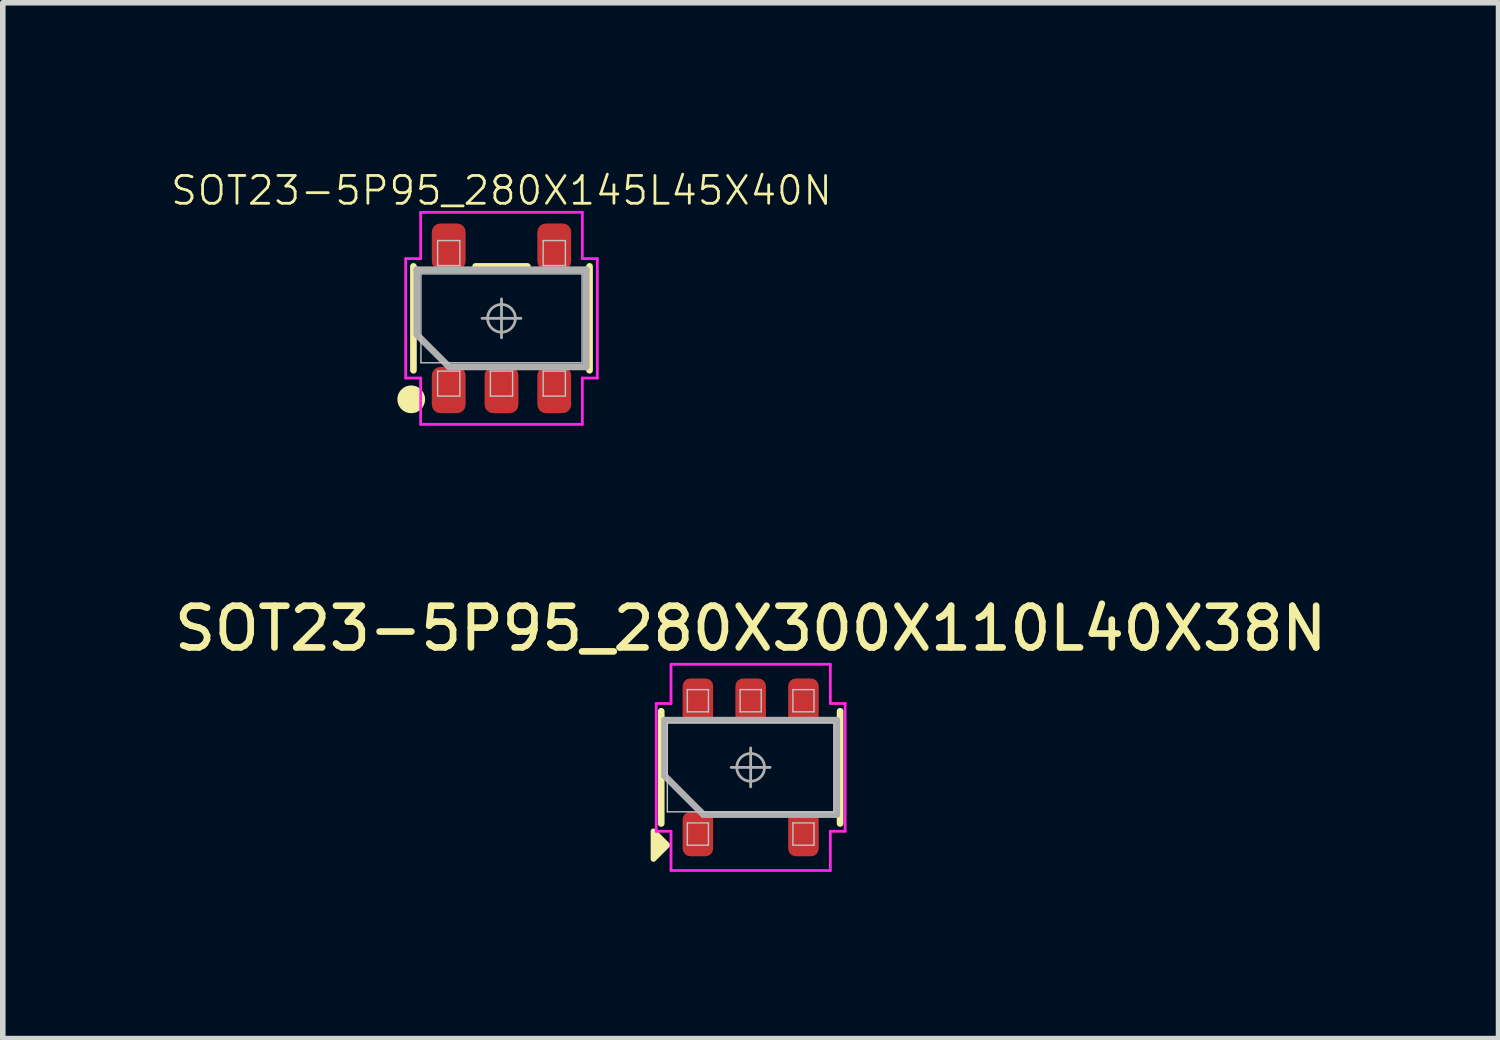
<source format=kicad_pcb>
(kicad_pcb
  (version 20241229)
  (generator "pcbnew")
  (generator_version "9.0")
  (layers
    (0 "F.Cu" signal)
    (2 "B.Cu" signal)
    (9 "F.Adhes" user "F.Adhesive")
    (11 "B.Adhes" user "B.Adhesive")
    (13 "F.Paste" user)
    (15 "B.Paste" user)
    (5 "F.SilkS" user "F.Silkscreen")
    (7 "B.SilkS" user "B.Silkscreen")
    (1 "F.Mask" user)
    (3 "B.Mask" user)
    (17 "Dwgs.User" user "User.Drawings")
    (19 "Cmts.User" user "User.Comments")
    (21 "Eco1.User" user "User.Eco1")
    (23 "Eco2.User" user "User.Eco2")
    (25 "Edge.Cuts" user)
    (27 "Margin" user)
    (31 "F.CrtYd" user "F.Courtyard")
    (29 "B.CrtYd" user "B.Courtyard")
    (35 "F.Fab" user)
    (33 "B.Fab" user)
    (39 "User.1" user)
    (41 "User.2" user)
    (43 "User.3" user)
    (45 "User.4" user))
  (footprint "SOT23-5P95_280X300X110L40X38N"
    (layer "F.Cu")
    (at 10.462 10.763)
    (property "Reference" "SOT23-5P95_280X300X110L40X38N" (at 0 -2.5 0) (layer "F.SilkS") (effects (font (size 0.75 0.75) (thickness 0.12))))
    (attr smd)
    (fp_line (start -1.61 1.01) (end -1.61 -1.01) (stroke (width 0.12) (type solid)) (layer "F.SilkS"))
    (fp_line (start 1.61 -1.01) (end 1.61 1.01) (stroke (width 0.12) (type solid)) (layer "F.SilkS"))
    (fp_poly (pts (xy -1.5 1.4) (xy -1.75 1.65) (xy -1.75 1.15)) (stroke (width 0.1) (type solid)) (fill yes) (layer "F.SilkS"))
    (fp_line (start -1.5 -0.8) (end 1.5 -0.8) (stroke (width 0.025) (type solid)) (layer "Dwgs.User"))
    (fp_line (start -1.5 0.8) (end -1.5 -0.8) (stroke (width 0.025) (type solid)) (layer "Dwgs.User"))
    (fp_line (start -1.14 -1.4) (end -0.76 -1.4) (stroke (width 0.025) (type solid)) (layer "Dwgs.User"))
    (fp_line (start -1.14 -1) (end -1.14 -1.4) (stroke (width 0.025) (type solid)) (layer "Dwgs.User"))
    (fp_line (start -1.14 1) (end -0.76 1) (stroke (width 0.025) (type solid)) (layer "Dwgs.User"))
    (fp_line (start -1.14 1.4) (end -1.14 1) (stroke (width 0.025) (type solid)) (layer "Dwgs.User"))
    (fp_line (start -0.76 -1.4) (end -0.76 -1) (stroke (width 0.025) (type solid)) (layer "Dwgs.User"))
    (fp_line (start -0.76 -1) (end -1.14 -1) (stroke (width 0.025) (type solid)) (layer "Dwgs.User"))
    (fp_line (start -0.76 1) (end -0.76 1.4) (stroke (width 0.025) (type solid)) (layer "Dwgs.User"))
    (fp_line (start -0.76 1.4) (end -1.14 1.4) (stroke (width 0.025) (type solid)) (layer "Dwgs.User"))
    (fp_line (start -0.19 -1.4) (end 0.19 -1.4) (stroke (width 0.025) (type solid)) (layer "Dwgs.User"))
    (fp_line (start -0.19 -1) (end -0.19 -1.4) (stroke (width 0.025) (type solid)) (layer "Dwgs.User"))
    (fp_line (start 0.19 -1.4) (end 0.19 -1) (stroke (width 0.025) (type solid)) (layer "Dwgs.User"))
    (fp_line (start 0.19 -1) (end -0.19 -1) (stroke (width 0.025) (type solid)) (layer "Dwgs.User"))
    (fp_line (start 0.76 -1.4) (end 1.14 -1.4) (stroke (width 0.025) (type solid)) (layer "Dwgs.User"))
    (fp_line (start 0.76 -1) (end 0.76 -1.4) (stroke (width 0.025) (type solid)) (layer "Dwgs.User"))
    (fp_line (start 0.76 1) (end 1.14 1) (stroke (width 0.025) (type solid)) (layer "Dwgs.User"))
    (fp_line (start 0.76 1.4) (end 0.76 1) (stroke (width 0.025) (type solid)) (layer "Dwgs.User"))
    (fp_line (start 1.14 -1.4) (end 1.14 -1) (stroke (width 0.025) (type solid)) (layer "Dwgs.User"))
    (fp_line (start 1.14 -1) (end 0.76 -1) (stroke (width 0.025) (type solid)) (layer "Dwgs.User"))
    (fp_line (start 1.14 1) (end 1.14 1.4) (stroke (width 0.025) (type solid)) (layer "Dwgs.User"))
    (fp_line (start 1.14 1.4) (end 0.76 1.4) (stroke (width 0.025) (type solid)) (layer "Dwgs.User"))
    (fp_line (start 1.5 -0.8) (end 1.5 0.8) (stroke (width 0.025) (type solid)) (layer "Dwgs.User"))
    (fp_line (start 1.5 0.8) (end -1.5 0.8) (stroke (width 0.025) (type solid)) (layer "Dwgs.User"))
    (fp_line (start -1.7 -1.15) (end -1.7 1.15) (stroke (width 0.05) (type solid)) (layer "F.CrtYd"))
    (fp_line (start -1.7 1.15) (end -1.434 1.15) (stroke (width 0.05) (type solid)) (layer "F.CrtYd"))
    (fp_line (start -1.434 -1.856) (end -1.434 -1.15) (stroke (width 0.05) (type solid)) (layer "F.CrtYd"))
    (fp_line (start -1.434 -1.15) (end -1.7 -1.15) (stroke (width 0.05) (type solid)) (layer "F.CrtYd"))
    (fp_line (start -1.434 1.15) (end -1.434 1.856) (stroke (width 0.05) (type solid)) (layer "F.CrtYd"))
    (fp_line (start -1.434 1.856) (end 1.434 1.856) (stroke (width 0.05) (type solid)) (layer "F.CrtYd"))
    (fp_line (start 1.434 -1.856) (end -1.434 -1.856) (stroke (width 0.05) (type solid)) (layer "F.CrtYd"))
    (fp_line (start 1.434 -1.15) (end 1.434 -1.856) (stroke (width 0.05) (type solid)) (layer "F.CrtYd"))
    (fp_line (start 1.434 1.15) (end 1.7 1.15) (stroke (width 0.05) (type solid)) (layer "F.CrtYd"))
    (fp_line (start 1.434 1.856) (end 1.434 1.15) (stroke (width 0.05) (type solid)) (layer "F.CrtYd"))
    (fp_line (start 1.7 -1.15) (end 1.434 -1.15) (stroke (width 0.05) (type solid)) (layer "F.CrtYd"))
    (fp_line (start 1.7 1.15) (end 1.7 -1.15) (stroke (width 0.05) (type solid)) (layer "F.CrtYd"))
    (fp_line (start -1.55 -0.85) (end 1.55 -0.85) (stroke (width 0.12) (type solid)) (layer "F.Fab"))
    (fp_line (start -1.55 0.15) (end -1.55 -0.85) (stroke (width 0.12) (type solid)) (layer "F.Fab"))
    (fp_line (start -0.85 0.85) (end -1.55 0.15) (stroke (width 0.12) (type solid)) (layer "F.Fab"))
    (fp_line (start -0.35 0) (end 0.35 0) (stroke (width 0.05) (type solid)) (layer "F.Fab"))
    (fp_line (start 0 -0.35) (end 0 0.35) (stroke (width 0.05) (type solid)) (layer "F.Fab"))
    (fp_line (start 1.55 -0.85) (end 1.55 0.85) (stroke (width 0.12) (type solid)) (layer "F.Fab"))
    (fp_line (start 1.55 0.85) (end -0.85 0.85) (stroke (width 0.12) (type solid)) (layer "F.Fab"))
    (fp_circle (center 0 0) (end 0.25 0) (stroke (width 0.05) (type solid)) (fill no) (layer "F.Fab"))
    (pad "1" smd roundrect (at -0.95 1.2 90) (size 0.8 0.55) (layers "F.Cu" "F.Mask" "F.Paste") (roundrect_rratio 0.25))
    (pad "2" smd roundrect (at 0.95 1.2 90) (size 0.8 0.55) (layers "F.Cu" "F.Mask" "F.Paste") (roundrect_rratio 0.25))
    (pad "3" smd roundrect (at 0.95 -1.2 90) (size 0.8 0.55) (layers "F.Cu" "F.Mask" "F.Paste") (roundrect_rratio 0.25))
    (pad "4" smd roundrect (at 0 -1.2 90) (size 0.8 0.55) (layers "F.Cu" "F.Mask" "F.Paste") (roundrect_rratio 0.25))
    (pad "5" smd roundrect (at -0.95 -1.2 90) (size 0.8 0.55) (layers "F.Cu" "F.Mask" "F.Paste") (roundrect_rratio 0.25)))
  (footprint "SOT23-5P95_280X145L45X40N"
    (layer "F.Cu")
    (at 5.977 2.68)
    (property "Reference" "SOT23-5P95_280X145L45X40N" (at 0 -2.3 0) (layer "F.SilkS") (effects (font (size 0.5 0.5) (thickness 0.05))))
    (attr smd)
    (fp_line (start -1.585 0.935) (end -1.585 -0.935) (stroke (width 0.12) (type solid)) (layer "F.SilkS"))
    (fp_line (start 0.466 -0.935) (end -0.466 -0.935) (stroke (width 0.12) (type solid)) (layer "F.SilkS"))
    (fp_line (start 1.585 -0.935) (end 1.585 0.935) (stroke (width 0.12) (type solid)) (layer "F.SilkS"))
    (fp_circle (center -1.625 1.458) (end -1.625 1.583) (stroke (width 0.25) (type solid)) (fill no) (layer "F.SilkS"))
    (fp_line (start -1.45 -0.8) (end 1.45 -0.8) (stroke (width 0.025) (type solid)) (layer "Dwgs.User"))
    (fp_line (start -1.45 0.8) (end -1.45 -0.8) (stroke (width 0.025) (type solid)) (layer "Dwgs.User"))
    (fp_line (start -1.15 -1.4) (end -0.75 -1.4) (stroke (width 0.025) (type solid)) (layer "Dwgs.User"))
    (fp_line (start -1.15 -0.95) (end -1.15 -1.4) (stroke (width 0.025) (type solid)) (layer "Dwgs.User"))
    (fp_line (start -1.15 0.95) (end -0.75 0.95) (stroke (width 0.025) (type solid)) (layer "Dwgs.User"))
    (fp_line (start -1.15 1.4) (end -1.15 0.95) (stroke (width 0.025) (type solid)) (layer "Dwgs.User"))
    (fp_line (start -0.75 -1.4) (end -0.75 -0.95) (stroke (width 0.025) (type solid)) (layer "Dwgs.User"))
    (fp_line (start -0.75 -0.95) (end -1.15 -0.95) (stroke (width 0.025) (type solid)) (layer "Dwgs.User"))
    (fp_line (start -0.75 0.95) (end -0.75 1.4) (stroke (width 0.025) (type solid)) (layer "Dwgs.User"))
    (fp_line (start -0.75 1.4) (end -1.15 1.4) (stroke (width 0.025) (type solid)) (layer "Dwgs.User"))
    (fp_line (start -0.2 0.95) (end 0.2 0.95) (stroke (width 0.025) (type solid)) (layer "Dwgs.User"))
    (fp_line (start -0.2 1.4) (end -0.2 0.95) (stroke (width 0.025) (type solid)) (layer "Dwgs.User"))
    (fp_line (start 0.2 0.95) (end 0.2 1.4) (stroke (width 0.025) (type solid)) (layer "Dwgs.User"))
    (fp_line (start 0.2 1.4) (end -0.2 1.4) (stroke (width 0.025) (type solid)) (layer "Dwgs.User"))
    (fp_line (start 0.75 -1.4) (end 1.15 -1.4) (stroke (width 0.025) (type solid)) (layer "Dwgs.User"))
    (fp_line (start 0.75 -0.95) (end 0.75 -1.4) (stroke (width 0.025) (type solid)) (layer "Dwgs.User"))
    (fp_line (start 0.75 0.95) (end 1.15 0.95) (stroke (width 0.025) (type solid)) (layer "Dwgs.User"))
    (fp_line (start 0.75 1.4) (end 0.75 0.95) (stroke (width 0.025) (type solid)) (layer "Dwgs.User"))
    (fp_line (start 1.15 -1.4) (end 1.15 -0.95) (stroke (width 0.025) (type solid)) (layer "Dwgs.User"))
    (fp_line (start 1.15 -0.95) (end 0.75 -0.95) (stroke (width 0.025) (type solid)) (layer "Dwgs.User"))
    (fp_line (start 1.15 0.95) (end 1.15 1.4) (stroke (width 0.025) (type solid)) (layer "Dwgs.User"))
    (fp_line (start 1.15 1.4) (end 0.75 1.4) (stroke (width 0.025) (type solid)) (layer "Dwgs.User"))
    (fp_line (start 1.45 -0.8) (end 1.45 0.8) (stroke (width 0.025) (type solid)) (layer "Dwgs.User"))
    (fp_line (start 1.45 0.8) (end -1.45 0.8) (stroke (width 0.025) (type solid)) (layer "Dwgs.User"))
    (fp_line (start -1.725 -1.075) (end -1.725 1.075) (stroke (width 0.05) (type solid)) (layer "F.CrtYd"))
    (fp_line (start -1.725 1.075) (end -1.455 1.075) (stroke (width 0.05) (type solid)) (layer "F.CrtYd"))
    (fp_line (start -1.455 -1.908) (end -1.455 -1.075) (stroke (width 0.05) (type solid)) (layer "F.CrtYd"))
    (fp_line (start -1.455 -1.075) (end -1.725 -1.075) (stroke (width 0.05) (type solid)) (layer "F.CrtYd"))
    (fp_line (start -1.455 1.075) (end -1.455 1.908) (stroke (width 0.05) (type solid)) (layer "F.CrtYd"))
    (fp_line (start -1.455 1.908) (end 1.455 1.908) (stroke (width 0.05) (type solid)) (layer "F.CrtYd"))
    (fp_line (start 1.455 -1.908) (end -1.455 -1.908) (stroke (width 0.05) (type solid)) (layer "F.CrtYd"))
    (fp_line (start 1.455 -1.075) (end 1.455 -1.908) (stroke (width 0.05) (type solid)) (layer "F.CrtYd"))
    (fp_line (start 1.455 1.075) (end 1.725 1.075) (stroke (width 0.05) (type solid)) (layer "F.CrtYd"))
    (fp_line (start 1.455 1.908) (end 1.455 1.075) (stroke (width 0.05) (type solid)) (layer "F.CrtYd"))
    (fp_line (start 1.725 -1.075) (end 1.455 -1.075) (stroke (width 0.05) (type solid)) (layer "F.CrtYd"))
    (fp_line (start 1.725 1.075) (end 1.725 -1.075) (stroke (width 0.05) (type solid)) (layer "F.CrtYd"))
    (fp_line (start -1.525 -0.875) (end 1.525 -0.875) (stroke (width 0.12) (type solid)) (layer "F.Fab"))
    (fp_line (start -1.525 0.292) (end -1.525 -0.875) (stroke (width 0.12) (type solid)) (layer "F.Fab"))
    (fp_line (start -0.942 0.875) (end -1.525 0.292) (stroke (width 0.12) (type solid)) (layer "F.Fab"))
    (fp_line (start -0.35 0) (end 0.35 0) (stroke (width 0.05) (type solid)) (layer "F.Fab"))
    (fp_line (start 0 -0.35) (end 0 0.35) (stroke (width 0.05) (type solid)) (layer "F.Fab"))
    (fp_line (start 1.525 -0.875) (end 1.525 0.875) (stroke (width 0.12) (type solid)) (layer "F.Fab"))
    (fp_line (start 1.525 0.875) (end -0.942 0.875) (stroke (width 0.12) (type solid)) (layer "F.Fab"))
    (fp_circle (center 0 0) (end 0.25 0) (stroke (width 0.05) (type solid)) (fill no) (layer "F.Fab"))
    (pad "1" smd roundrect (at -0.95 1.291 90) (size 0.833 0.609) (layers "F.Cu" "F.Mask" "F.Paste") (roundrect_rratio 0.25))
    (pad "2" smd roundrect (at 0 1.291 90) (size 0.833 0.609) (layers "F.Cu" "F.Mask" "F.Paste") (roundrect_rratio 0.25))
    (pad "3" smd roundrect (at 0.95 1.291 90) (size 0.833 0.609) (layers "F.Cu" "F.Mask" "F.Paste") (roundrect_rratio 0.25))
    (pad "4" smd roundrect (at 0.95 -1.291 90) (size 0.833 0.609) (layers "F.Cu" "F.Mask" "F.Paste") (roundrect_rratio 0.25))
    (pad "5" smd roundrect (at -0.95 -1.291 90) (size 0.833 0.609) (layers "F.Cu" "F.Mask" "F.Paste") (roundrect_rratio 0.25)))
  (gr_rect
    (start -3 -3)
    (end 23.924 15.644)
    (stroke (width 0.1) (type default))
    (fill no)
    (layer "Edge.Cuts")))
</source>
